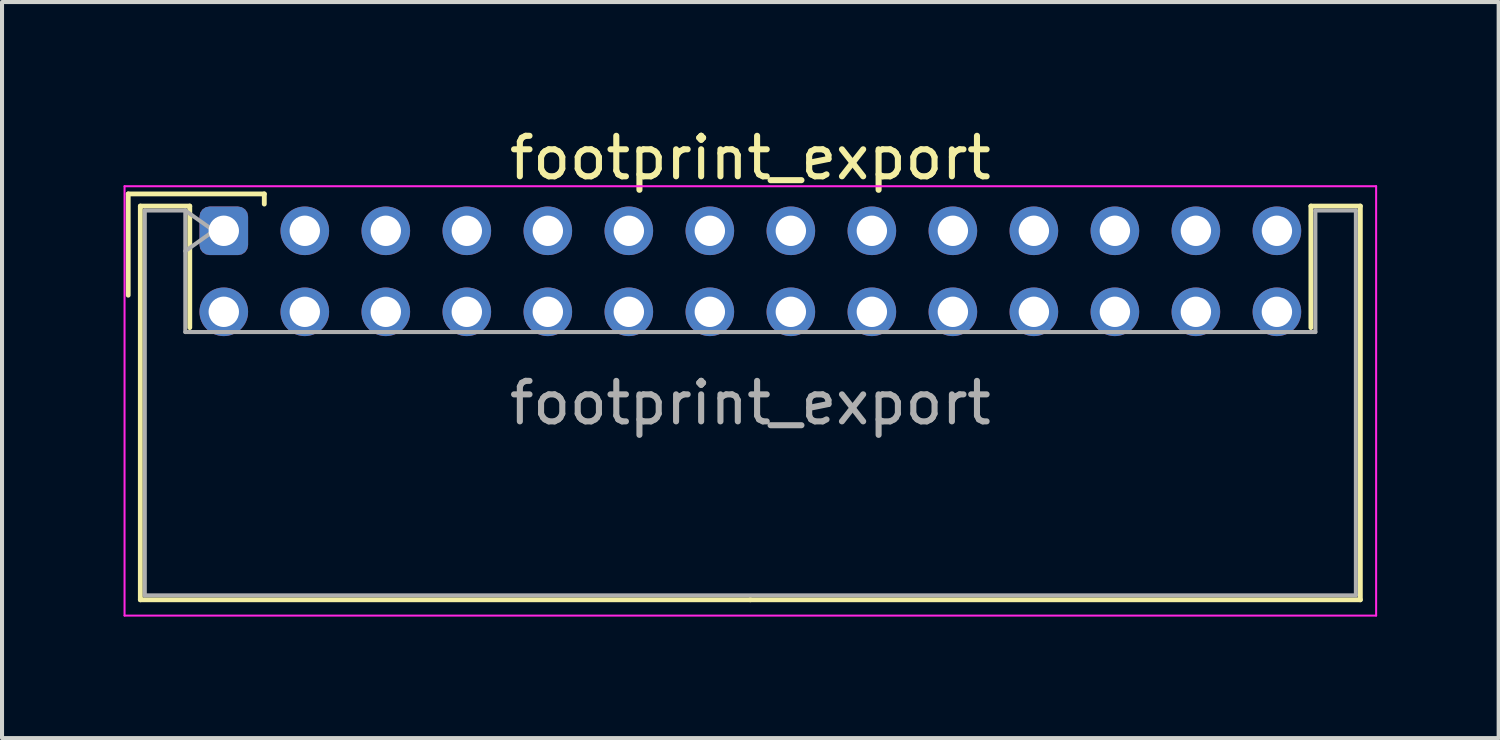
<source format=kicad_pcb>
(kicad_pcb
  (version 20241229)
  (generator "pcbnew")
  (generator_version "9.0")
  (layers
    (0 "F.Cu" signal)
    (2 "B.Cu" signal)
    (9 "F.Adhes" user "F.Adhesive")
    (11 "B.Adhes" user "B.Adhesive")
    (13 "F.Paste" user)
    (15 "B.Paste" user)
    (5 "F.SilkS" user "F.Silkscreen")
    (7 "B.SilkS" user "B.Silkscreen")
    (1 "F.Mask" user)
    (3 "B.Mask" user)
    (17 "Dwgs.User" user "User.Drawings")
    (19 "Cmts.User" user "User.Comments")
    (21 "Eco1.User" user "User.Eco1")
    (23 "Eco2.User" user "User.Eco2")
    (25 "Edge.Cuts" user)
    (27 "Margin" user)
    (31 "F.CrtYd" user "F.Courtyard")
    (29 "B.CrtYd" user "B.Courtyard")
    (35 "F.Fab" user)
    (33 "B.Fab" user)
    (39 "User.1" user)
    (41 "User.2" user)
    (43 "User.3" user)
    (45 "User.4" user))
  (footprint "footprint_export"
    (layer "F.Cu")
    (at 2.475 2.648)
    (property "Reference" "footprint_export" (at 13 -1.8 0) (layer "F.SilkS") (effects (font (size 1 1) (thickness 0.15))))
    (attr through_hole)
    (fp_line (start -2.36 -0.91) (end -2.36 1.59) (stroke (width 0.12) (type solid)) (layer "F.SilkS"))
    (fp_line (start -2.06 -0.61) (end -2.06 9.11) (stroke (width 0.12) (type solid)) (layer "F.SilkS"))
    (fp_line (start -2.06 9.11) (end 13 9.11) (stroke (width 0.12) (type solid)) (layer "F.SilkS"))
    (fp_line (start -0.84 -0.61) (end -2.06 -0.61) (stroke (width 0.12) (type solid)) (layer "F.SilkS"))
    (fp_line (start -0.84 2.39) (end -0.84 -0.61) (stroke (width 0.12) (type solid)) (layer "F.SilkS"))
    (fp_line (start 1 -0.91) (end -2.36 -0.91) (stroke (width 0.12) (type solid)) (layer "F.SilkS"))
    (fp_line (start 1 -0.66) (end 1 -0.91) (stroke (width 0.12) (type solid)) (layer "F.SilkS"))
    (fp_line (start 26.84 -0.61) (end 28.06 -0.61) (stroke (width 0.12) (type solid)) (layer "F.SilkS"))
    (fp_line (start 26.84 2.39) (end 26.84 -0.61) (stroke (width 0.12) (type solid)) (layer "F.SilkS"))
    (fp_line (start 28.06 -0.61) (end 28.06 9.11) (stroke (width 0.12) (type solid)) (layer "F.SilkS"))
    (fp_line (start 28.06 9.11) (end 13 9.11) (stroke (width 0.12) (type solid)) (layer "F.SilkS"))
    (fp_line (start -2.45 -1.1) (end -2.45 9.5) (stroke (width 0.05) (type solid)) (layer "F.CrtYd"))
    (fp_line (start -2.45 9.5) (end 28.45 9.5) (stroke (width 0.05) (type solid)) (layer "F.CrtYd"))
    (fp_line (start 28.45 -1.1) (end -2.45 -1.1) (stroke (width 0.05) (type solid)) (layer "F.CrtYd"))
    (fp_line (start 28.45 9.5) (end 28.45 -1.1) (stroke (width 0.05) (type solid)) (layer "F.CrtYd"))
    (fp_line (start -1.95 -0.5) (end -0.95 -0.5) (stroke (width 0.1) (type solid)) (layer "F.Fab"))
    (fp_line (start -1.95 9) (end -1.95 -0.5) (stroke (width 0.1) (type solid)) (layer "F.Fab"))
    (fp_line (start -0.95 -0.5) (end -0.95 2.5) (stroke (width 0.1) (type solid)) (layer "F.Fab"))
    (fp_line (start -0.95 -0.5) (end -0.243 0) (stroke (width 0.1) (type solid)) (layer "F.Fab"))
    (fp_line (start -0.95 2.5) (end 26.95 2.5) (stroke (width 0.1) (type solid)) (layer "F.Fab"))
    (fp_line (start -0.243 0) (end -0.95 0.5) (stroke (width 0.1) (type solid)) (layer "F.Fab"))
    (fp_line (start 26.95 -0.5) (end 27.95 -0.5) (stroke (width 0.1) (type solid)) (layer "F.Fab"))
    (fp_line (start 26.95 2.5) (end 26.95 -0.5) (stroke (width 0.1) (type solid)) (layer "F.Fab"))
    (fp_line (start 27.95 -0.5) (end 27.95 9) (stroke (width 0.1) (type solid)) (layer "F.Fab"))
    (fp_line (start 27.95 9) (end -1.95 9) (stroke (width 0.1) (type solid)) (layer "F.Fab"))
    (fp_text user "${REFERENCE}" (at 13 4.25 0) (layer "F.Fab") (effects (font (size 1 1) (thickness 0.15))))
    (pad "1" thru_hole roundrect (at 0 0) (size 1.2 1.2) (drill 0.75) (layers "*.Cu" "*.Mask") (roundrect_rratio 0.208))
    (pad "2" thru_hole circle (at 0 2) (size 1.2 1.2) (drill 0.75) (layers "*.Cu" "*.Mask"))
    (pad "3" thru_hole circle (at 2 0) (size 1.2 1.2) (drill 0.75) (layers "*.Cu" "*.Mask"))
    (pad "4" thru_hole circle (at 2 2) (size 1.2 1.2) (drill 0.75) (layers "*.Cu" "*.Mask"))
    (pad "5" thru_hole circle (at 4 0) (size 1.2 1.2) (drill 0.75) (layers "*.Cu" "*.Mask"))
    (pad "6" thru_hole circle (at 4 2) (size 1.2 1.2) (drill 0.75) (layers "*.Cu" "*.Mask"))
    (pad "7" thru_hole circle (at 6 0) (size 1.2 1.2) (drill 0.75) (layers "*.Cu" "*.Mask"))
    (pad "8" thru_hole circle (at 6 2) (size 1.2 1.2) (drill 0.75) (layers "*.Cu" "*.Mask"))
    (pad "9" thru_hole circle (at 8 0) (size 1.2 1.2) (drill 0.75) (layers "*.Cu" "*.Mask"))
    (pad "10" thru_hole circle (at 8 2) (size 1.2 1.2) (drill 0.75) (layers "*.Cu" "*.Mask"))
    (pad "11" thru_hole circle (at 10 0) (size 1.2 1.2) (drill 0.75) (layers "*.Cu" "*.Mask"))
    (pad "12" thru_hole circle (at 10 2) (size 1.2 1.2) (drill 0.75) (layers "*.Cu" "*.Mask"))
    (pad "13" thru_hole circle (at 12 0) (size 1.2 1.2) (drill 0.75) (layers "*.Cu" "*.Mask"))
    (pad "14" thru_hole circle (at 12 2) (size 1.2 1.2) (drill 0.75) (layers "*.Cu" "*.Mask"))
    (pad "15" thru_hole circle (at 14 0) (size 1.2 1.2) (drill 0.75) (layers "*.Cu" "*.Mask"))
    (pad "16" thru_hole circle (at 14 2) (size 1.2 1.2) (drill 0.75) (layers "*.Cu" "*.Mask"))
    (pad "17" thru_hole circle (at 16 0) (size 1.2 1.2) (drill 0.75) (layers "*.Cu" "*.Mask"))
    (pad "18" thru_hole circle (at 16 2) (size 1.2 1.2) (drill 0.75) (layers "*.Cu" "*.Mask"))
    (pad "19" thru_hole circle (at 18 0) (size 1.2 1.2) (drill 0.75) (layers "*.Cu" "*.Mask"))
    (pad "20" thru_hole circle (at 18 2) (size 1.2 1.2) (drill 0.75) (layers "*.Cu" "*.Mask"))
    (pad "21" thru_hole circle (at 20 0) (size 1.2 1.2) (drill 0.75) (layers "*.Cu" "*.Mask"))
    (pad "22" thru_hole circle (at 20 2) (size 1.2 1.2) (drill 0.75) (layers "*.Cu" "*.Mask"))
    (pad "23" thru_hole circle (at 22 0) (size 1.2 1.2) (drill 0.75) (layers "*.Cu" "*.Mask"))
    (pad "24" thru_hole circle (at 22 2) (size 1.2 1.2) (drill 0.75) (layers "*.Cu" "*.Mask"))
    (pad "25" thru_hole circle (at 24 0) (size 1.2 1.2) (drill 0.75) (layers "*.Cu" "*.Mask"))
    (pad "26" thru_hole circle (at 24 2) (size 1.2 1.2) (drill 0.75) (layers "*.Cu" "*.Mask"))
    (pad "27" thru_hole circle (at 26 0) (size 1.2 1.2) (drill 0.75) (layers "*.Cu" "*.Mask"))
    (pad "28" thru_hole circle (at 26 2) (size 1.2 1.2) (drill 0.75) (layers "*.Cu" "*.Mask")))
  (gr_rect
    (start -3 -3)
    (end 33.95 15.173)
    (stroke (width 0.1) (type default))
    (fill no)
    (layer "Edge.Cuts")))
</source>
